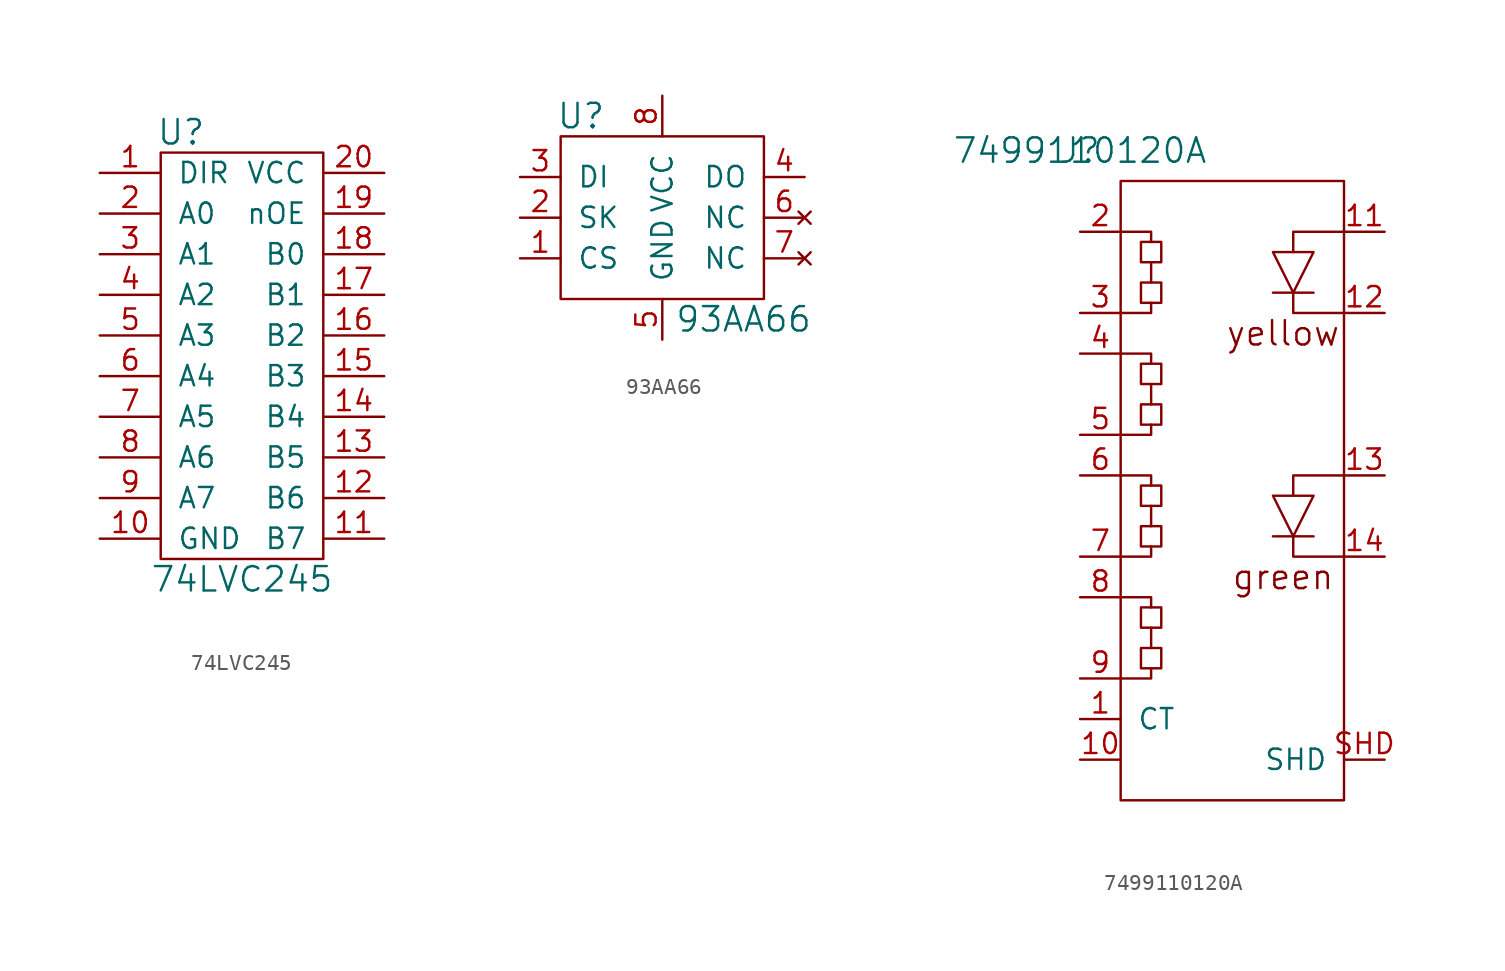
<source format=kicad_sym>
(kicad_symbol_lib
  (version 20211014)
  (generator kicad_symbol_editor)
  (symbol "74LVC245"
    (pin_names
      (offset 1.016))
    (property "Reference" "U"
      (at -3.81 13.97 0)
      (effects (font (size 1.524 1.524))))
    (property "Value" "74LVC245"
      (at 0 -13.97 0)
      (effects (font (size 1.524 1.524))))
    (property "Footprint" ""
      (at 0 0 0)
      (effects (font (size 1.524 1.524))))
    (property "Datasheet" ""
      (at 0 0 0)
      (effects (font (size 1.524 1.524))))
    (symbol "74LVC245_0_1"
      (rectangle (start -5.08 12.7) (end 5.08 -12.7) (stroke (width 0) (type default) (color 0 0 0 0)) (fill (type none))))
    (symbol "74LVC245_1_1"
      (pin passive line (at -8.89 11.43 0) (length 3.81) (name "DIR" (effects (font (size 1.27 1.27)))) (number "1" (effects (font (size 1.27 1.27)))))
      (pin passive line (at -8.89 -11.43 0) (length 3.81) (name "GND" (effects (font (size 1.27 1.27)))) (number "10" (effects (font (size 1.27 1.27)))))
      (pin passive line (at 8.89 -11.43 180) (length 3.81) (name "B7" (effects (font (size 1.27 1.27)))) (number "11" (effects (font (size 1.27 1.27)))))
      (pin passive line (at 8.89 -8.89 180) (length 3.81) (name "B6" (effects (font (size 1.27 1.27)))) (number "12" (effects (font (size 1.27 1.27)))))
      (pin passive line (at 8.89 -6.35 180) (length 3.81) (name "B5" (effects (font (size 1.27 1.27)))) (number "13" (effects (font (size 1.27 1.27)))))
      (pin passive line (at 8.89 -3.81 180) (length 3.81) (name "B4" (effects (font (size 1.27 1.27)))) (number "14" (effects (font (size 1.27 1.27)))))
      (pin passive line (at 8.89 -1.27 180) (length 3.81) (name "B3" (effects (font (size 1.27 1.27)))) (number "15" (effects (font (size 1.27 1.27)))))
      (pin passive line (at 8.89 1.27 180) (length 3.81) (name "B2" (effects (font (size 1.27 1.27)))) (number "16" (effects (font (size 1.27 1.27)))))
      (pin passive line (at 8.89 3.81 180) (length 3.81) (name "B1" (effects (font (size 1.27 1.27)))) (number "17" (effects (font (size 1.27 1.27)))))
      (pin passive line (at 8.89 6.35 180) (length 3.81) (name "B0" (effects (font (size 1.27 1.27)))) (number "18" (effects (font (size 1.27 1.27)))))
      (pin passive line (at 8.89 8.89 180) (length 3.81) (name "nOE" (effects (font (size 1.27 1.27)))) (number "19" (effects (font (size 1.27 1.27)))))
      (pin passive line (at -8.89 8.89 0) (length 3.81) (name "A0" (effects (font (size 1.27 1.27)))) (number "2" (effects (font (size 1.27 1.27)))))
      (pin passive line (at 8.89 11.43 180) (length 3.81) (name "VCC" (effects (font (size 1.27 1.27)))) (number "20" (effects (font (size 1.27 1.27)))))
      (pin passive line (at -8.89 6.35 0) (length 3.81) (name "A1" (effects (font (size 1.27 1.27)))) (number "3" (effects (font (size 1.27 1.27)))))
      (pin passive line (at -8.89 3.81 0) (length 3.81) (name "A2" (effects (font (size 1.27 1.27)))) (number "4" (effects (font (size 1.27 1.27)))))
      (pin passive line (at -8.89 1.27 0) (length 3.81) (name "A3" (effects (font (size 1.27 1.27)))) (number "5" (effects (font (size 1.27 1.27)))))
      (pin passive line (at -8.89 -1.27 0) (length 3.81) (name "A4" (effects (font (size 1.27 1.27)))) (number "6" (effects (font (size 1.27 1.27)))))
      (pin passive line (at -8.89 -3.81 0) (length 3.81) (name "A5" (effects (font (size 1.27 1.27)))) (number "7" (effects (font (size 1.27 1.27)))))
      (pin passive line (at -8.89 -6.35 0) (length 3.81) (name "A6" (effects (font (size 1.27 1.27)))) (number "8" (effects (font (size 1.27 1.27)))))
      (pin passive line (at -8.89 -8.89 0) (length 3.81) (name "A7" (effects (font (size 1.27 1.27)))) (number "9" (effects (font (size 1.27 1.27)))))))
  (symbol "93AA66"
    (pin_names
      (offset 1.016))
    (property "Reference" "U"
      (at -5.08 6.35 0)
      (effects (font (size 1.524 1.524))))
    (property "Value" "93AA66"
      (at 5.08 -6.35 0)
      (effects (font (size 1.524 1.524))))
    (symbol "93AA66_0_1"
      (rectangle (start -6.35 5.08) (end 6.35 -5.08) (stroke (width 0) (type default) (color 0 0 0 0)) (fill (type none))))
    (symbol "93AA66_1_1"
      (pin passive line (at -8.89 -2.54 0) (length 2.54) (name "CS" (effects (font (size 1.27 1.27)))) (number "1" (effects (font (size 1.27 1.27)))))
      (pin passive line (at -8.89 0 0) (length 2.54) (name "SK" (effects (font (size 1.27 1.27)))) (number "2" (effects (font (size 1.27 1.27)))))
      (pin passive line (at -8.89 2.54 0) (length 2.54) (name "DI" (effects (font (size 1.27 1.27)))) (number "3" (effects (font (size 1.27 1.27)))))
      (pin passive line (at 8.89 2.54 180) (length 2.54) (name "DO" (effects (font (size 1.27 1.27)))) (number "4" (effects (font (size 1.27 1.27)))))
      (pin passive line (at 0 -7.62 90) (length 2.54) (name "GND" (effects (font (size 1.27 1.27)))) (number "5" (effects (font (size 1.27 1.27)))))
      (pin no_connect line (at 8.89 0 180) (length 2.54) (name "NC" (effects (font (size 1.27 1.27)))) (number "6" (effects (font (size 1.27 1.27)))))
      (pin no_connect line (at 8.89 -2.54 180) (length 2.54) (name "NC" (effects (font (size 1.27 1.27)))) (number "7" (effects (font (size 1.27 1.27)))))
      (pin passive line (at 0 7.62 270) (length 2.54) (name "VCC" (effects (font (size 1.27 1.27)))) (number "8" (effects (font (size 1.27 1.27)))))))
  (symbol "7499110120A"
    (pin_names
      (offset 1.016))
    (property "Reference" "J"
      (at 0 0 0)
      (effects (font (size 1.524 1.524))))
    (property "Value" "7499110120A"
      (at 0 0 0)
      (effects (font (size 1.524 1.524))))
    (symbol "7499110120A_0_0"
      (text "green" (at 12.7 -26.67 0) (effects (font (size 1.524 1.524))))
      (text "yellow" (at 12.7 -11.43 0) (effects (font (size 1.524 1.524)))))
    (symbol "7499110120A_0_1"
      (polyline (pts (xy 4.445 -29.845) (xy 4.445 -31.115)) (stroke (width 0) (type default) (color 0 0 0 0)) (fill (type none)))
      (polyline (pts (xy 4.445 -22.225) (xy 4.445 -23.495)) (stroke (width 0) (type default) (color 0 0 0 0)) (fill (type none)))
      (polyline (pts (xy 4.445 -14.605) (xy 4.445 -15.875)) (stroke (width 0) (type default) (color 0 0 0 0)) (fill (type none)))
      (polyline (pts (xy 4.445 -6.985) (xy 4.445 -8.255)) (stroke (width 0) (type default) (color 0 0 0 0)) (fill (type none)))
      (polyline (pts (xy 12.065 -24.13) (xy 14.605 -24.13)) (stroke (width 0) (type default) (color 0 0 0 0)) (fill (type none)))
      (polyline (pts (xy 12.065 -8.89) (xy 14.605 -8.89)) (stroke (width 0) (type default) (color 0 0 0 0)) (fill (type none)))
      (polyline (pts (xy 2.54 -33.02) (xy 4.445 -33.02) (xy 4.445 -32.385)) (stroke (width 0) (type default) (color 0 0 0 0)) (fill (type none)))
      (polyline (pts (xy 2.54 -25.4) (xy 4.445 -25.4) (xy 4.445 -24.765)) (stroke (width 0) (type default) (color 0 0 0 0)) (fill (type none)))
      (polyline (pts (xy 2.54 -17.78) (xy 4.445 -17.78) (xy 4.445 -17.145)) (stroke (width 0) (type default) (color 0 0 0 0)) (fill (type none)))
      (polyline (pts (xy 2.54 -10.16) (xy 4.445 -10.16) (xy 4.445 -9.525)) (stroke (width 0) (type default) (color 0 0 0 0)) (fill (type none)))
      (polyline (pts (xy 4.445 -28.575) (xy 4.445 -27.94) (xy 2.54 -27.94)) (stroke (width 0) (type default) (color 0 0 0 0)) (fill (type none)))
      (polyline (pts (xy 4.445 -20.955) (xy 4.445 -20.32) (xy 2.54 -20.32)) (stroke (width 0) (type default) (color 0 0 0 0)) (fill (type none)))
      (polyline (pts (xy 4.445 -13.335) (xy 4.445 -12.7) (xy 2.54 -12.7)) (stroke (width 0) (type default) (color 0 0 0 0)) (fill (type none)))
      (polyline (pts (xy 4.445 -5.715) (xy 4.445 -5.08) (xy 2.54 -5.08)) (stroke (width 0) (type default) (color 0 0 0 0)) (fill (type none)))
      (polyline (pts (xy 13.335 -21.59) (xy 13.335 -20.32) (xy 16.51 -20.32)) (stroke (width 0) (type default) (color 0 0 0 0)) (fill (type none)))
      (polyline (pts (xy 13.335 -6.35) (xy 13.335 -5.08) (xy 16.51 -5.08)) (stroke (width 0) (type default) (color 0 0 0 0)) (fill (type none)))
      (polyline (pts (xy 16.51 -25.4) (xy 13.335 -25.4) (xy 13.335 -24.13)) (stroke (width 0) (type default) (color 0 0 0 0)) (fill (type none)))
      (polyline (pts (xy 16.51 -10.16) (xy 13.335 -10.16) (xy 13.335 -8.89)) (stroke (width 0) (type default) (color 0 0 0 0)) (fill (type none)))
      (polyline (pts (xy 12.065 -21.59) (xy 14.605 -21.59) (xy 13.335 -24.13) (xy 12.065 -21.59)) (stroke (width 0) (type default) (color 0 0 0 0)) (fill (type none)))
      (polyline (pts (xy 12.065 -6.35) (xy 14.605 -6.35) (xy 13.335 -8.89) (xy 12.065 -6.35)) (stroke (width 0) (type default) (color 0 0 0 0)) (fill (type none)))
      (rectangle (start 2.54 -40.64) (end 16.51 -1.905) (stroke (width 0) (type default) (color 0 0 0 0)) (fill (type none)))
      (rectangle (start 3.81 -31.115) (end 5.08 -32.385) (stroke (width 0) (type default) (color 0 0 0 0)) (fill (type none)))
      (rectangle (start 3.81 -28.575) (end 5.08 -29.845) (stroke (width 0) (type default) (color 0 0 0 0)) (fill (type none)))
      (rectangle (start 3.81 -23.495) (end 5.08 -24.765) (stroke (width 0) (type default) (color 0 0 0 0)) (fill (type none)))
      (rectangle (start 3.81 -20.955) (end 5.08 -22.225) (stroke (width 0) (type default) (color 0 0 0 0)) (fill (type none)))
      (rectangle (start 3.81 -15.875) (end 5.08 -17.145) (stroke (width 0) (type default) (color 0 0 0 0)) (fill (type none)))
      (rectangle (start 3.81 -13.335) (end 5.08 -14.605) (stroke (width 0) (type default) (color 0 0 0 0)) (fill (type none)))
      (rectangle (start 3.81 -8.255) (end 5.08 -9.525) (stroke (width 0) (type default) (color 0 0 0 0)) (fill (type none)))
      (rectangle (start 3.81 -5.715) (end 5.08 -6.985) (stroke (width 0) (type default) (color 0 0 0 0)) (fill (type none))))
    (symbol "7499110120A_1_1"
      (pin passive line (at 0 -35.56 0) (length 2.54) (name "CT" (effects (font (size 1.27 1.27)))) (number "1" (effects (font (size 1.27 1.27)))))
      (pin passive line (at 0 -38.1 0) (length 2.54) (name "~" (effects (font (size 1.27 1.27)))) (number "10" (effects (font (size 1.27 1.27)))))
      (pin passive line (at 19.05 -5.08 180) (length 2.54) (name "~" (effects (font (size 1.27 1.27)))) (number "11" (effects (font (size 1.27 1.27)))))
      (pin passive line (at 19.05 -10.16 180) (length 2.54) (name "~" (effects (font (size 1.27 1.27)))) (number "12" (effects (font (size 1.27 1.27)))))
      (pin passive line (at 19.05 -20.32 180) (length 2.54) (name "~" (effects (font (size 1.27 1.27)))) (number "13" (effects (font (size 1.27 1.27)))))
      (pin passive line (at 19.05 -25.4 180) (length 2.54) (name "~" (effects (font (size 1.27 1.27)))) (number "14" (effects (font (size 1.27 1.27)))))
      (pin passive line (at 0 -5.08 0) (length 2.54) (name "~" (effects (font (size 1.27 1.27)))) (number "2" (effects (font (size 1.27 1.27)))))
      (pin passive line (at 0 -10.16 0) (length 2.54) (name "~" (effects (font (size 1.27 1.27)))) (number "3" (effects (font (size 1.27 1.27)))))
      (pin passive line (at 0 -12.7 0) (length 2.54) (name "~" (effects (font (size 1.27 1.27)))) (number "4" (effects (font (size 1.27 1.27)))))
      (pin passive line (at 0 -17.78 0) (length 2.54) (name "~" (effects (font (size 1.27 1.27)))) (number "5" (effects (font (size 1.27 1.27)))))
      (pin passive line (at 0 -20.32 0) (length 2.54) (name "~" (effects (font (size 1.27 1.27)))) (number "6" (effects (font (size 1.27 1.27)))))
      (pin passive line (at 0 -25.4 0) (length 2.54) (name "~" (effects (font (size 1.27 1.27)))) (number "7" (effects (font (size 1.27 1.27)))))
      (pin passive line (at 0 -27.94 0) (length 2.54) (name "~" (effects (font (size 1.27 1.27)))) (number "8" (effects (font (size 1.27 1.27)))))
      (pin passive line (at 0 -33.02 0) (length 2.54) (name "~" (effects (font (size 1.27 1.27)))) (number "9" (effects (font (size 1.27 1.27)))))
      (pin passive line (at 19.05 -38.1 180) (length 2.54) (name "SHD" (effects (font (size 1.27 1.27)))) (number "SHD" (effects (font (size 1.27 1.27))))))))
</source>
